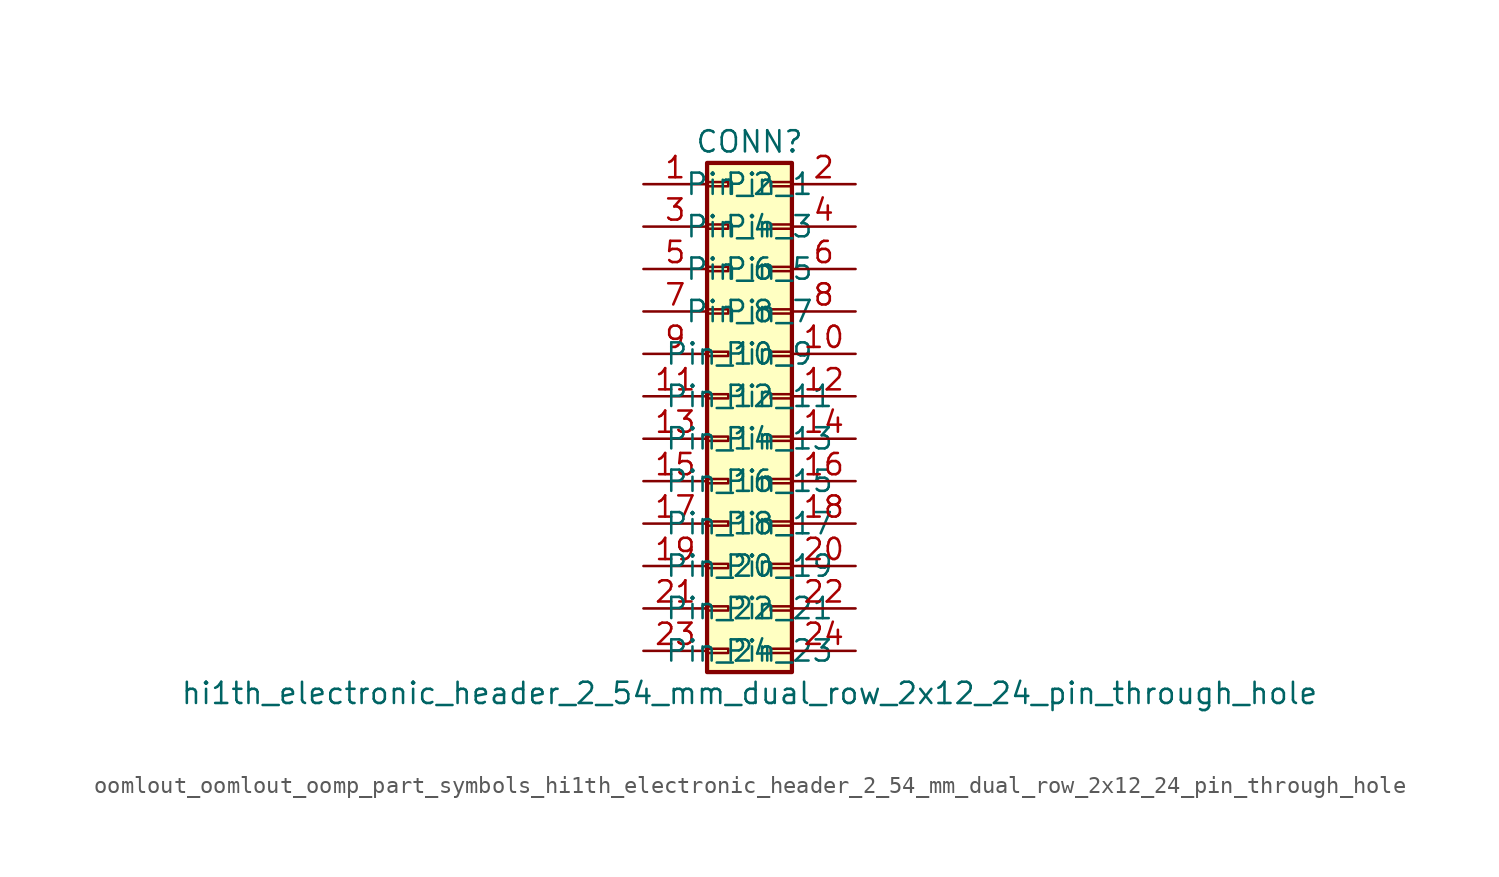
<source format=kicad_sym>
(kicad_symbol_lib
  (version 20220914)
  (generator kicad_symbol_editor)
  (symbol "oomlout_oomlout_oomp_part_symbols_hi1th_electronic_header_2_54_mm_dual_row_2x12_24_pin_through_hole"
    (pin_names
      (offset 1.016))
    (property "Reference" "CONN"
      (at 1.27 15.24 0)
      (effects (font (size 1.27 1.27))))
    (property "Value" "hi1th_electronic_header_2_54_mm_dual_row_2x12_24_pin_through_hole"
      (at 1.27 -17.78 0)
      (effects (font (size 1.27 1.27))))
    (symbol "oomlout_oomlout_oomp_part_symbols_hi1th_electronic_header_2_54_mm_dual_row_2x12_24_pin_through_hole_1_1"
      (rectangle (start -1.27 -15.113) (end 0 -15.367) (stroke (width 0.152) (type default)) (fill (type none)))
      (rectangle (start -1.27 -12.573) (end 0 -12.827) (stroke (width 0.152) (type default)) (fill (type none)))
      (rectangle (start -1.27 -10.033) (end 0 -10.287) (stroke (width 0.152) (type default)) (fill (type none)))
      (rectangle (start -1.27 -7.493) (end 0 -7.747) (stroke (width 0.152) (type default)) (fill (type none)))
      (rectangle (start -1.27 -4.953) (end 0 -5.207) (stroke (width 0.152) (type default)) (fill (type none)))
      (rectangle (start -1.27 -2.413) (end 0 -2.667) (stroke (width 0.152) (type default)) (fill (type none)))
      (rectangle (start -1.27 0.127) (end 0 -0.127) (stroke (width 0.152) (type default)) (fill (type none)))
      (rectangle (start -1.27 2.667) (end 0 2.413) (stroke (width 0.152) (type default)) (fill (type none)))
      (rectangle (start -1.27 5.207) (end 0 4.953) (stroke (width 0.152) (type default)) (fill (type none)))
      (rectangle (start -1.27 7.747) (end 0 7.493) (stroke (width 0.152) (type default)) (fill (type none)))
      (rectangle (start -1.27 10.287) (end 0 10.033) (stroke (width 0.152) (type default)) (fill (type none)))
      (rectangle (start -1.27 12.827) (end 0 12.573) (stroke (width 0.152) (type default)) (fill (type none)))
      (rectangle (start -1.27 13.97) (end 3.81 -16.51) (stroke (width 0.254) (type default)) (fill (type background)))
      (rectangle (start 3.81 -15.113) (end 2.54 -15.367) (stroke (width 0.152) (type default)) (fill (type none)))
      (rectangle (start 3.81 -12.573) (end 2.54 -12.827) (stroke (width 0.152) (type default)) (fill (type none)))
      (rectangle (start 3.81 -10.033) (end 2.54 -10.287) (stroke (width 0.152) (type default)) (fill (type none)))
      (rectangle (start 3.81 -7.493) (end 2.54 -7.747) (stroke (width 0.152) (type default)) (fill (type none)))
      (rectangle (start 3.81 -4.953) (end 2.54 -5.207) (stroke (width 0.152) (type default)) (fill (type none)))
      (rectangle (start 3.81 -2.413) (end 2.54 -2.667) (stroke (width 0.152) (type default)) (fill (type none)))
      (rectangle (start 3.81 0.127) (end 2.54 -0.127) (stroke (width 0.152) (type default)) (fill (type none)))
      (rectangle (start 3.81 2.667) (end 2.54 2.413) (stroke (width 0.152) (type default)) (fill (type none)))
      (rectangle (start 3.81 5.207) (end 2.54 4.953) (stroke (width 0.152) (type default)) (fill (type none)))
      (rectangle (start 3.81 7.747) (end 2.54 7.493) (stroke (width 0.152) (type default)) (fill (type none)))
      (rectangle (start 3.81 10.287) (end 2.54 10.033) (stroke (width 0.152) (type default)) (fill (type none)))
      (rectangle (start 3.81 12.827) (end 2.54 12.573) (stroke (width 0.152) (type default)) (fill (type none)))
      (pin passive line (at -5.08 12.7 0) (length 3.81) (name "Pin_1" (effects (font (size 1.27 1.27)))) (number "1" (effects (font (size 1.27 1.27)))))
      (pin passive line (at 7.62 2.54 180) (length 3.81) (name "Pin_10" (effects (font (size 1.27 1.27)))) (number "10" (effects (font (size 1.27 1.27)))))
      (pin passive line (at -5.08 0 0) (length 3.81) (name "Pin_11" (effects (font (size 1.27 1.27)))) (number "11" (effects (font (size 1.27 1.27)))))
      (pin passive line (at 7.62 0 180) (length 3.81) (name "Pin_12" (effects (font (size 1.27 1.27)))) (number "12" (effects (font (size 1.27 1.27)))))
      (pin passive line (at -5.08 -2.54 0) (length 3.81) (name "Pin_13" (effects (font (size 1.27 1.27)))) (number "13" (effects (font (size 1.27 1.27)))))
      (pin passive line (at 7.62 -2.54 180) (length 3.81) (name "Pin_14" (effects (font (size 1.27 1.27)))) (number "14" (effects (font (size 1.27 1.27)))))
      (pin passive line (at -5.08 -5.08 0) (length 3.81) (name "Pin_15" (effects (font (size 1.27 1.27)))) (number "15" (effects (font (size 1.27 1.27)))))
      (pin passive line (at 7.62 -5.08 180) (length 3.81) (name "Pin_16" (effects (font (size 1.27 1.27)))) (number "16" (effects (font (size 1.27 1.27)))))
      (pin passive line (at -5.08 -7.62 0) (length 3.81) (name "Pin_17" (effects (font (size 1.27 1.27)))) (number "17" (effects (font (size 1.27 1.27)))))
      (pin passive line (at 7.62 -7.62 180) (length 3.81) (name "Pin_18" (effects (font (size 1.27 1.27)))) (number "18" (effects (font (size 1.27 1.27)))))
      (pin passive line (at -5.08 -10.16 0) (length 3.81) (name "Pin_19" (effects (font (size 1.27 1.27)))) (number "19" (effects (font (size 1.27 1.27)))))
      (pin passive line (at 7.62 12.7 180) (length 3.81) (name "Pin_2" (effects (font (size 1.27 1.27)))) (number "2" (effects (font (size 1.27 1.27)))))
      (pin passive line (at 7.62 -10.16 180) (length 3.81) (name "Pin_20" (effects (font (size 1.27 1.27)))) (number "20" (effects (font (size 1.27 1.27)))))
      (pin passive line (at -5.08 -12.7 0) (length 3.81) (name "Pin_21" (effects (font (size 1.27 1.27)))) (number "21" (effects (font (size 1.27 1.27)))))
      (pin passive line (at 7.62 -12.7 180) (length 3.81) (name "Pin_22" (effects (font (size 1.27 1.27)))) (number "22" (effects (font (size 1.27 1.27)))))
      (pin passive line (at -5.08 -15.24 0) (length 3.81) (name "Pin_23" (effects (font (size 1.27 1.27)))) (number "23" (effects (font (size 1.27 1.27)))))
      (pin passive line (at 7.62 -15.24 180) (length 3.81) (name "Pin_24" (effects (font (size 1.27 1.27)))) (number "24" (effects (font (size 1.27 1.27)))))
      (pin passive line (at -5.08 10.16 0) (length 3.81) (name "Pin_3" (effects (font (size 1.27 1.27)))) (number "3" (effects (font (size 1.27 1.27)))))
      (pin passive line (at 7.62 10.16 180) (length 3.81) (name "Pin_4" (effects (font (size 1.27 1.27)))) (number "4" (effects (font (size 1.27 1.27)))))
      (pin passive line (at -5.08 7.62 0) (length 3.81) (name "Pin_5" (effects (font (size 1.27 1.27)))) (number "5" (effects (font (size 1.27 1.27)))))
      (pin passive line (at 7.62 7.62 180) (length 3.81) (name "Pin_6" (effects (font (size 1.27 1.27)))) (number "6" (effects (font (size 1.27 1.27)))))
      (pin passive line (at -5.08 5.08 0) (length 3.81) (name "Pin_7" (effects (font (size 1.27 1.27)))) (number "7" (effects (font (size 1.27 1.27)))))
      (pin passive line (at 7.62 5.08 180) (length 3.81) (name "Pin_8" (effects (font (size 1.27 1.27)))) (number "8" (effects (font (size 1.27 1.27)))))
      (pin passive line (at -5.08 2.54 0) (length 3.81) (name "Pin_9" (effects (font (size 1.27 1.27)))) (number "9" (effects (font (size 1.27 1.27))))))))
</source>
